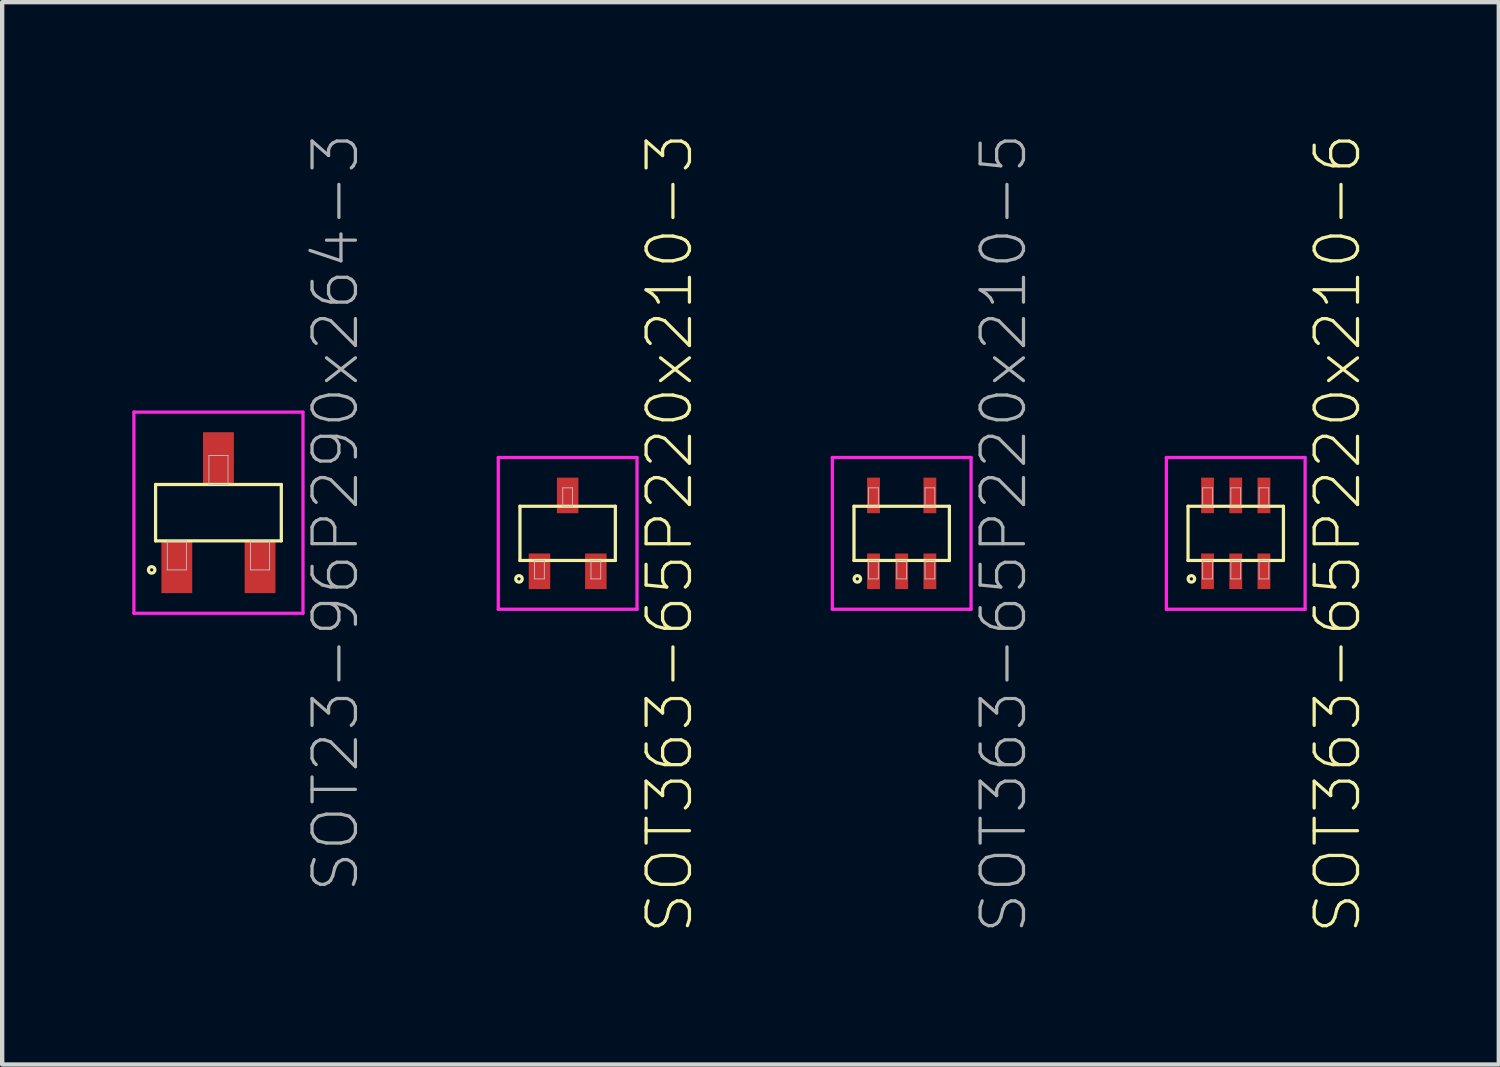
<source format=kicad_pcb>
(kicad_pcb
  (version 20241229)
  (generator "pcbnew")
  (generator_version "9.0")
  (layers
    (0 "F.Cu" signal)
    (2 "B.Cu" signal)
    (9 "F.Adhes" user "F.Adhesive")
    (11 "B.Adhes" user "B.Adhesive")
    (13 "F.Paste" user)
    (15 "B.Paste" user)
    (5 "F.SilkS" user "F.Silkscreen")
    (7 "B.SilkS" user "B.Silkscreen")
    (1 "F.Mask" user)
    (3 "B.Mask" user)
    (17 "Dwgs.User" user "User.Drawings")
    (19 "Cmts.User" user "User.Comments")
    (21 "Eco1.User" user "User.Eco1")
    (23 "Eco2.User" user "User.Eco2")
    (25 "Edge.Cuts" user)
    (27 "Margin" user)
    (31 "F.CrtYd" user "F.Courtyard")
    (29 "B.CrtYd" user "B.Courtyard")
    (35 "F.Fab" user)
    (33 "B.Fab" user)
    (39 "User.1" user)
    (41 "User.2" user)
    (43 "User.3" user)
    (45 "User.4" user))
  (footprint "SOT363-65P220x210-5"
    (layer "F.Cu")
    (at 17.746 9.251)
    (property "Reference" "SOT363-65P220x210-5" (at 2.35 0 90) (layer "F.Fab") (effects (font (size 1 1) (thickness 0.075))))
    (attr through_hole)
    (fp_line (start -1.1 -0.625) (end -1.1 0.625) (stroke (width 0.075) (type solid)) (layer "F.SilkS"))
    (fp_line (start -1.1 0.625) (end 1.1 0.625) (stroke (width 0.075) (type solid)) (layer "F.SilkS"))
    (fp_line (start 1.1 -0.625) (end -1.1 -0.625) (stroke (width 0.075) (type solid)) (layer "F.SilkS"))
    (fp_line (start 1.1 0.625) (end 1.1 -0.625) (stroke (width 0.075) (type solid)) (layer "F.SilkS"))
    (fp_circle (center -1.023 1.05) (end -0.948 1.05) (stroke (width 0.075) (type solid)) (fill no) (layer "F.SilkS"))
    (fp_line (start -0.763 -1.05) (end -0.763 -0.625) (stroke (width 0.02) (type solid)) (layer "Dwgs.User"))
    (fp_line (start -0.763 -0.625) (end -0.538 -0.625) (stroke (width 0.02) (type solid)) (layer "Dwgs.User"))
    (fp_line (start -0.763 0.625) (end -0.763 1.05) (stroke (width 0.02) (type solid)) (layer "Dwgs.User"))
    (fp_line (start -0.763 1.05) (end -0.538 1.05) (stroke (width 0.02) (type solid)) (layer "Dwgs.User"))
    (fp_line (start -0.538 -1.05) (end -0.763 -1.05) (stroke (width 0.02) (type solid)) (layer "Dwgs.User"))
    (fp_line (start -0.538 -0.625) (end -0.538 -1.05) (stroke (width 0.02) (type solid)) (layer "Dwgs.User"))
    (fp_line (start -0.538 0.625) (end -0.763 0.625) (stroke (width 0.02) (type solid)) (layer "Dwgs.User"))
    (fp_line (start -0.538 1.05) (end -0.538 0.625) (stroke (width 0.02) (type solid)) (layer "Dwgs.User"))
    (fp_line (start -0.113 0.625) (end -0.113 1.05) (stroke (width 0.02) (type solid)) (layer "Dwgs.User"))
    (fp_line (start -0.113 1.05) (end 0.113 1.05) (stroke (width 0.02) (type solid)) (layer "Dwgs.User"))
    (fp_line (start 0.113 0.625) (end -0.113 0.625) (stroke (width 0.02) (type solid)) (layer "Dwgs.User"))
    (fp_line (start 0.113 1.05) (end 0.113 0.625) (stroke (width 0.02) (type solid)) (layer "Dwgs.User"))
    (fp_line (start 0.538 -1.05) (end 0.538 -0.625) (stroke (width 0.02) (type solid)) (layer "Dwgs.User"))
    (fp_line (start 0.538 -0.625) (end 0.763 -0.625) (stroke (width 0.02) (type solid)) (layer "Dwgs.User"))
    (fp_line (start 0.538 0.625) (end 0.538 1.05) (stroke (width 0.02) (type solid)) (layer "Dwgs.User"))
    (fp_line (start 0.538 1.05) (end 0.763 1.05) (stroke (width 0.02) (type solid)) (layer "Dwgs.User"))
    (fp_line (start 0.763 -1.05) (end 0.538 -1.05) (stroke (width 0.02) (type solid)) (layer "Dwgs.User"))
    (fp_line (start 0.763 -0.625) (end 0.763 -1.05) (stroke (width 0.02) (type solid)) (layer "Dwgs.User"))
    (fp_line (start 0.763 0.625) (end 0.538 0.625) (stroke (width 0.02) (type solid)) (layer "Dwgs.User"))
    (fp_line (start 0.763 1.05) (end 0.763 0.625) (stroke (width 0.02) (type solid)) (layer "Dwgs.User"))
    (fp_line (start -0.5 0) (end 0.5 0) (stroke (width 0.075) (type solid)) (layer "Eco1.User"))
    (fp_line (start 0 -0.5) (end 0 0.5) (stroke (width 0.075) (type solid)) (layer "Eco1.User"))
    (fp_circle (center 0 0) (end 0.3 0) (stroke (width 0.075) (type solid)) (fill no) (layer "Eco1.User"))
    (fp_line (start -1.6 -1.75) (end -1.6 1.75) (stroke (width 0.075) (type solid)) (layer "F.CrtYd"))
    (fp_line (start -1.6 1.75) (end 1.6 1.75) (stroke (width 0.075) (type solid)) (layer "F.CrtYd"))
    (fp_line (start 1.6 -1.75) (end -1.6 -1.75) (stroke (width 0.075) (type solid)) (layer "F.CrtYd"))
    (fp_line (start 1.6 1.75) (end 1.6 -1.75) (stroke (width 0.075) (type solid)) (layer "F.CrtYd"))
    (pad "1" smd rect (at -0.65 0.875) (size 0.296 0.821) (layers "F.Cu" "F.Mask" "F.Paste"))
    (pad "2" smd rect (at 0 0.875) (size 0.296 0.821) (layers "F.Cu" "F.Mask" "F.Paste"))
    (pad "3" smd rect (at 0.65 0.875) (size 0.296 0.821) (layers "F.Cu" "F.Mask" "F.Paste"))
    (pad "4" smd rect (at 0.65 -0.875) (size 0.296 0.821) (layers "F.Cu" "F.Mask" "F.Paste"))
    (pad "5" smd rect (at -0.65 -0.875) (size 0.296 0.821) (layers "F.Cu" "F.Mask" "F.Paste")))
  (footprint "SOT363-65P220x210-6"
    (layer "F.Cu")
    (at 25.45 9.251)
    (property "Reference" "SOT363-65P220x210-6" (at 2.35 0 90) (layer "F.SilkS") (effects (font (size 1 1) (thickness 0.075))))
    (attr through_hole)
    (fp_line (start -1.1 -0.625) (end -1.1 0.625) (stroke (width 0.075) (type solid)) (layer "F.SilkS"))
    (fp_line (start -1.1 0.625) (end 1.1 0.625) (stroke (width 0.075) (type solid)) (layer "F.SilkS"))
    (fp_line (start 1.1 -0.625) (end -1.1 -0.625) (stroke (width 0.075) (type solid)) (layer "F.SilkS"))
    (fp_line (start 1.1 0.625) (end 1.1 -0.625) (stroke (width 0.075) (type solid)) (layer "F.SilkS"))
    (fp_circle (center -1.023 1.05) (end -0.948 1.05) (stroke (width 0.075) (type solid)) (fill no) (layer "F.SilkS"))
    (fp_line (start -0.763 -1.05) (end -0.763 -0.625) (stroke (width 0.02) (type solid)) (layer "Dwgs.User"))
    (fp_line (start -0.763 -0.625) (end -0.538 -0.625) (stroke (width 0.02) (type solid)) (layer "Dwgs.User"))
    (fp_line (start -0.763 0.625) (end -0.763 1.05) (stroke (width 0.02) (type solid)) (layer "Dwgs.User"))
    (fp_line (start -0.763 1.05) (end -0.538 1.05) (stroke (width 0.02) (type solid)) (layer "Dwgs.User"))
    (fp_line (start -0.538 -1.05) (end -0.763 -1.05) (stroke (width 0.02) (type solid)) (layer "Dwgs.User"))
    (fp_line (start -0.538 -0.625) (end -0.538 -1.05) (stroke (width 0.02) (type solid)) (layer "Dwgs.User"))
    (fp_line (start -0.538 0.625) (end -0.763 0.625) (stroke (width 0.02) (type solid)) (layer "Dwgs.User"))
    (fp_line (start -0.538 1.05) (end -0.538 0.625) (stroke (width 0.02) (type solid)) (layer "Dwgs.User"))
    (fp_line (start -0.113 -1.05) (end -0.113 -0.625) (stroke (width 0.02) (type solid)) (layer "Dwgs.User"))
    (fp_line (start -0.113 -0.625) (end 0.113 -0.625) (stroke (width 0.02) (type solid)) (layer "Dwgs.User"))
    (fp_line (start -0.113 0.625) (end -0.113 1.05) (stroke (width 0.02) (type solid)) (layer "Dwgs.User"))
    (fp_line (start -0.113 1.05) (end 0.113 1.05) (stroke (width 0.02) (type solid)) (layer "Dwgs.User"))
    (fp_line (start 0.113 -1.05) (end -0.113 -1.05) (stroke (width 0.02) (type solid)) (layer "Dwgs.User"))
    (fp_line (start 0.113 -0.625) (end 0.113 -1.05) (stroke (width 0.02) (type solid)) (layer "Dwgs.User"))
    (fp_line (start 0.113 0.625) (end -0.113 0.625) (stroke (width 0.02) (type solid)) (layer "Dwgs.User"))
    (fp_line (start 0.113 1.05) (end 0.113 0.625) (stroke (width 0.02) (type solid)) (layer "Dwgs.User"))
    (fp_line (start 0.538 -1.05) (end 0.538 -0.625) (stroke (width 0.02) (type solid)) (layer "Dwgs.User"))
    (fp_line (start 0.538 -0.625) (end 0.763 -0.625) (stroke (width 0.02) (type solid)) (layer "Dwgs.User"))
    (fp_line (start 0.538 0.625) (end 0.538 1.05) (stroke (width 0.02) (type solid)) (layer "Dwgs.User"))
    (fp_line (start 0.538 1.05) (end 0.763 1.05) (stroke (width 0.02) (type solid)) (layer "Dwgs.User"))
    (fp_line (start 0.763 -1.05) (end 0.538 -1.05) (stroke (width 0.02) (type solid)) (layer "Dwgs.User"))
    (fp_line (start 0.763 -0.625) (end 0.763 -1.05) (stroke (width 0.02) (type solid)) (layer "Dwgs.User"))
    (fp_line (start 0.763 0.625) (end 0.538 0.625) (stroke (width 0.02) (type solid)) (layer "Dwgs.User"))
    (fp_line (start 0.763 1.05) (end 0.763 0.625) (stroke (width 0.02) (type solid)) (layer "Dwgs.User"))
    (fp_line (start -0.5 0) (end 0.5 0) (stroke (width 0.075) (type solid)) (layer "Eco1.User"))
    (fp_line (start 0 -0.5) (end 0 0.5) (stroke (width 0.075) (type solid)) (layer "Eco1.User"))
    (fp_circle (center 0 0) (end 0.3 0) (stroke (width 0.075) (type solid)) (fill no) (layer "Eco1.User"))
    (fp_line (start -1.6 -1.75) (end -1.6 1.75) (stroke (width 0.075) (type solid)) (layer "F.CrtYd"))
    (fp_line (start -1.6 1.75) (end 1.6 1.75) (stroke (width 0.075) (type solid)) (layer "F.CrtYd"))
    (fp_line (start 1.6 -1.75) (end -1.6 -1.75) (stroke (width 0.075) (type solid)) (layer "F.CrtYd"))
    (fp_line (start 1.6 1.75) (end 1.6 -1.75) (stroke (width 0.075) (type solid)) (layer "F.CrtYd"))
    (pad "1" smd rect (at -0.65 0.875) (size 0.296 0.821) (layers "F.Cu" "F.Mask" "F.Paste"))
    (pad "2" smd rect (at 0 0.875) (size 0.296 0.821) (layers "F.Cu" "F.Mask" "F.Paste"))
    (pad "3" smd rect (at 0.65 0.875) (size 0.296 0.821) (layers "F.Cu" "F.Mask" "F.Paste"))
    (pad "4" smd rect (at 0.65 -0.875) (size 0.296 0.821) (layers "F.Cu" "F.Mask" "F.Paste"))
    (pad "5" smd rect (at 0 -0.875) (size 0.296 0.821) (layers "F.Cu" "F.Mask" "F.Paste"))
    (pad "6" smd rect (at -0.65 -0.875) (size 0.296 0.821) (layers "F.Cu" "F.Mask" "F.Paste")))
  (footprint "SOT23-96P290x264-3"
    (layer "F.Cu")
    (at 1.988 8.774)
    (property "Reference" "SOT23-96P290x264-3" (at 2.7 0 90) (layer "F.Fab") (effects (font (size 1 1) (thickness 0.075))))
    (attr through_hole)
    (fp_line (start -1.45 -0.65) (end -1.45 0.65) (stroke (width 0.075) (type solid)) (layer "F.SilkS"))
    (fp_line (start -1.45 0.65) (end 1.45 0.65) (stroke (width 0.075) (type solid)) (layer "F.SilkS"))
    (fp_line (start 1.45 -0.65) (end -1.45 -0.65) (stroke (width 0.075) (type solid)) (layer "F.SilkS"))
    (fp_line (start 1.45 0.65) (end 1.45 -0.65) (stroke (width 0.075) (type solid)) (layer "F.SilkS"))
    (fp_circle (center -1.54 1.32) (end -1.465 1.32) (stroke (width 0.075) (type solid)) (fill no) (layer "F.SilkS"))
    (fp_line (start -1.18 0.65) (end -1.18 1.32) (stroke (width 0.02) (type solid)) (layer "Dwgs.User"))
    (fp_line (start -1.18 1.32) (end -0.74 1.32) (stroke (width 0.02) (type solid)) (layer "Dwgs.User"))
    (fp_line (start -0.74 0.65) (end -1.18 0.65) (stroke (width 0.02) (type solid)) (layer "Dwgs.User"))
    (fp_line (start -0.74 1.32) (end -0.74 0.65) (stroke (width 0.02) (type solid)) (layer "Dwgs.User"))
    (fp_line (start -0.22 -1.32) (end -0.22 -0.65) (stroke (width 0.02) (type solid)) (layer "Dwgs.User"))
    (fp_line (start -0.22 -0.65) (end 0.22 -0.65) (stroke (width 0.02) (type solid)) (layer "Dwgs.User"))
    (fp_line (start 0.22 -1.32) (end -0.22 -1.32) (stroke (width 0.02) (type solid)) (layer "Dwgs.User"))
    (fp_line (start 0.22 -0.65) (end 0.22 -1.32) (stroke (width 0.02) (type solid)) (layer "Dwgs.User"))
    (fp_line (start 0.74 0.65) (end 1.18 0.65) (stroke (width 0.02) (type solid)) (layer "Dwgs.User"))
    (fp_line (start 0.74 1.32) (end 0.74 0.65) (stroke (width 0.02) (type solid)) (layer "Dwgs.User"))
    (fp_line (start 1.18 0.65) (end 1.18 1.32) (stroke (width 0.02) (type solid)) (layer "Dwgs.User"))
    (fp_line (start 1.18 1.32) (end 0.74 1.32) (stroke (width 0.02) (type solid)) (layer "Dwgs.User"))
    (fp_line (start -0.5 0) (end 0.5 0) (stroke (width 0.075) (type solid)) (layer "Eco1.User"))
    (fp_line (start 0 -0.5) (end 0 0.5) (stroke (width 0.075) (type solid)) (layer "Eco1.User"))
    (fp_circle (center 0 0) (end 0.3 0) (stroke (width 0.075) (type solid)) (fill no) (layer "Eco1.User"))
    (fp_line (start -1.95 -2.32) (end -1.95 2.32) (stroke (width 0.075) (type solid)) (layer "F.CrtYd"))
    (fp_line (start -1.95 2.32) (end 1.95 2.32) (stroke (width 0.075) (type solid)) (layer "F.CrtYd"))
    (fp_line (start 1.95 -2.32) (end -1.95 -2.32) (stroke (width 0.075) (type solid)) (layer "F.CrtYd"))
    (fp_line (start 1.95 2.32) (end 1.95 -2.32) (stroke (width 0.075) (type solid)) (layer "F.CrtYd"))
    (pad "1" smd rect (at -0.96 1.245) (size 0.711 1.221) (layers "F.Cu" "F.Mask" "F.Paste"))
    (pad "2" smd rect (at 0.96 1.245) (size 0.711 1.221) (layers "F.Cu" "F.Mask" "F.Paste"))
    (pad "3" smd rect (at 0 -1.245) (size 0.711 1.221) (layers "F.Cu" "F.Mask" "F.Paste")))
  (footprint "SOT363-65P220x210-3"
    (layer "F.Cu")
    (at 10.042 9.251)
    (property "Reference" "SOT363-65P220x210-3" (at 2.35 0 90) (layer "F.SilkS") (effects (font (size 1 1) (thickness 0.075))))
    (attr through_hole)
    (fp_line (start -1.1 -0.625) (end -1.1 0.625) (stroke (width 0.075) (type solid)) (layer "F.SilkS"))
    (fp_line (start -1.1 0.625) (end 1.1 0.625) (stroke (width 0.075) (type solid)) (layer "F.SilkS"))
    (fp_line (start 1.1 -0.625) (end -1.1 -0.625) (stroke (width 0.075) (type solid)) (layer "F.SilkS"))
    (fp_line (start 1.1 0.625) (end 1.1 -0.625) (stroke (width 0.075) (type solid)) (layer "F.SilkS"))
    (fp_circle (center -1.123 1.05) (end -1.048 1.05) (stroke (width 0.075) (type solid)) (fill no) (layer "F.SilkS"))
    (fp_line (start -0.763 0.625) (end -0.763 1.05) (stroke (width 0.02) (type solid)) (layer "Dwgs.User"))
    (fp_line (start -0.763 1.05) (end -0.538 1.05) (stroke (width 0.02) (type solid)) (layer "Dwgs.User"))
    (fp_line (start -0.538 0.625) (end -0.763 0.625) (stroke (width 0.02) (type solid)) (layer "Dwgs.User"))
    (fp_line (start -0.538 1.05) (end -0.538 0.625) (stroke (width 0.02) (type solid)) (layer "Dwgs.User"))
    (fp_line (start -0.113 -1.05) (end -0.113 -0.625) (stroke (width 0.02) (type solid)) (layer "Dwgs.User"))
    (fp_line (start -0.113 -0.625) (end 0.113 -0.625) (stroke (width 0.02) (type solid)) (layer "Dwgs.User"))
    (fp_line (start 0.113 -1.05) (end -0.113 -1.05) (stroke (width 0.02) (type solid)) (layer "Dwgs.User"))
    (fp_line (start 0.113 -0.625) (end 0.113 -1.05) (stroke (width 0.02) (type solid)) (layer "Dwgs.User"))
    (fp_line (start 0.538 0.625) (end 0.763 0.625) (stroke (width 0.02) (type solid)) (layer "Dwgs.User"))
    (fp_line (start 0.538 1.05) (end 0.538 0.625) (stroke (width 0.02) (type solid)) (layer "Dwgs.User"))
    (fp_line (start 0.763 0.625) (end 0.763 1.05) (stroke (width 0.02) (type solid)) (layer "Dwgs.User"))
    (fp_line (start 0.763 1.05) (end 0.538 1.05) (stroke (width 0.02) (type solid)) (layer "Dwgs.User"))
    (fp_line (start -0.5 0) (end 0.5 0) (stroke (width 0.075) (type solid)) (layer "Eco1.User"))
    (fp_line (start 0 -0.5) (end 0 0.5) (stroke (width 0.075) (type solid)) (layer "Eco1.User"))
    (fp_circle (center 0 0) (end 0.3 0) (stroke (width 0.075) (type solid)) (fill no) (layer "Eco1.User"))
    (fp_line (start -1.6 -1.75) (end -1.6 1.75) (stroke (width 0.075) (type solid)) (layer "F.CrtYd"))
    (fp_line (start -1.6 1.75) (end 1.6 1.75) (stroke (width 0.075) (type solid)) (layer "F.CrtYd"))
    (fp_line (start 1.6 -1.75) (end -1.6 -1.75) (stroke (width 0.075) (type solid)) (layer "F.CrtYd"))
    (fp_line (start 1.6 1.75) (end 1.6 -1.75) (stroke (width 0.075) (type solid)) (layer "F.CrtYd"))
    (pad "1" smd rect (at -0.65 0.875) (size 0.496 0.821) (layers "F.Cu" "F.Mask" "F.Paste"))
    (pad "2" smd rect (at 0.65 0.875) (size 0.496 0.821) (layers "F.Cu" "F.Mask" "F.Paste"))
    (pad "3" smd rect (at 0 -0.875) (size 0.496 0.821) (layers "F.Cu" "F.Mask" "F.Paste")))
  (gr_rect
    (start -3 -3)
    (end 31.517 21.501)
    (stroke (width 0.1) (type default))
    (fill no)
    (layer "Edge.Cuts")))
</source>
